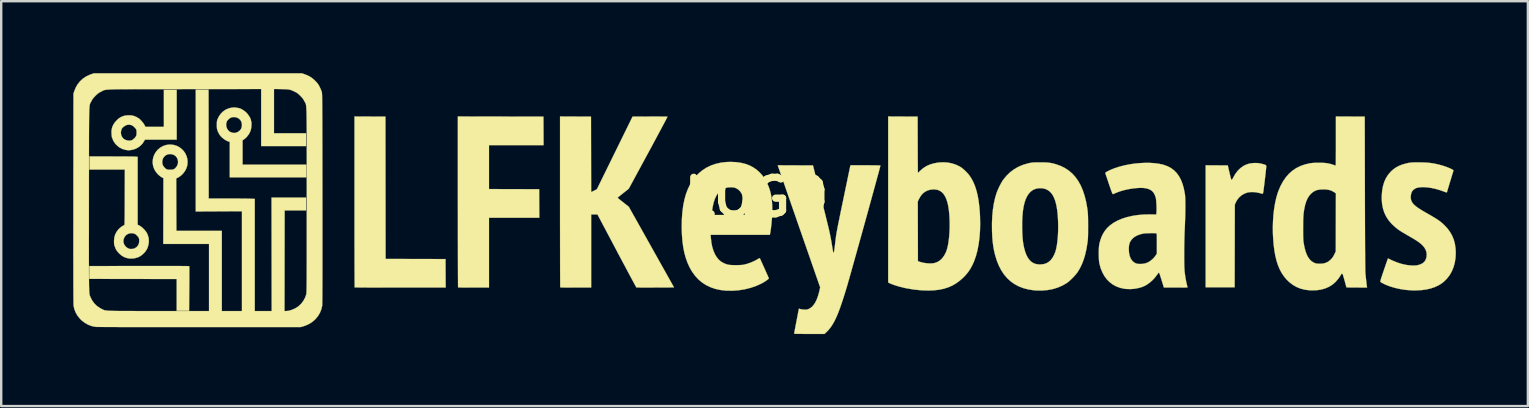
<source format=kicad_pcb>
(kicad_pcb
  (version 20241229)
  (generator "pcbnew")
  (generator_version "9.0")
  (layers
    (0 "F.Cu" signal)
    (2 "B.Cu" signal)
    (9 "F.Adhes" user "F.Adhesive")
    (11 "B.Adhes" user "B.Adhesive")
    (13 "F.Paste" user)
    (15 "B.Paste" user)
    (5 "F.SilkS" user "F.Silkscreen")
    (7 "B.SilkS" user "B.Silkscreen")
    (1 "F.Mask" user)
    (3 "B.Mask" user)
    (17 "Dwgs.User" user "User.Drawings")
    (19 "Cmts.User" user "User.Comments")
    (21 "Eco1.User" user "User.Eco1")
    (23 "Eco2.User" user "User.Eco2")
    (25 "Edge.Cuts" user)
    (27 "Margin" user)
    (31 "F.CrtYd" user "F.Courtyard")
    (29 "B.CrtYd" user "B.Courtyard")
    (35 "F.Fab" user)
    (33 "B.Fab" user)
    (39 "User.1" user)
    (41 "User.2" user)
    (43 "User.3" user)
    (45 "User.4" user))
  (footprint "LOGO"
    (layer "F.Cu")
    (at 28.466 5.17)
    (property "Reference" "LOGO" (at 0 0 0) (layer "F.SilkS") (effects (font (size 1.524 1.524) (thickness 0.3))))
    (attr through_hole)
    (fp_poly (pts (xy -24.854 2.862) (xy -24.661 2.862) (xy -24.481 2.862) (xy -24.315 2.862) (xy -24.163 2.863) (xy -24.028 2.863) (xy -23.91 2.864) (xy -23.811 2.865) (xy -23.733 2.866) (xy -23.676 2.867) (xy -23.642 2.868) (xy -23.632 2.868) (xy -23.631 2.882) (xy -23.629 2.92) (xy -23.628 2.978) (xy -23.628 3.057) (xy -23.628 3.152) (xy -23.627 3.263) (xy -23.628 3.387) (xy -23.628 3.522) (xy -23.629 3.666) (xy -23.63 3.802) (xy -23.638 4.727) (xy -24.155 4.727) (xy -24.155 3.405) (xy -25.975 3.402) (xy -27.795 3.399) (xy -27.795 2.865) (xy -25.718 2.862) (xy -25.491 2.862) (xy -25.27 2.862) (xy -25.057 2.862) (xy -24.854 2.862)) (stroke (width 0.01) (type solid)) (fill yes) (layer "F.SilkS"))
    (fp_poly (pts (xy -8.875 -3.361) (xy -8.869 -2.173) (xy -11.143 -2.173) (xy -11.143 -0.343) (xy -10.098 -0.34) (xy -9.053 -0.337) (xy -9.047 0.851) (xy -11.143 0.851) (xy -11.143 3.761) (xy -11.783 3.761) (xy -11.908 3.761) (xy -12.026 3.76) (xy -12.133 3.76) (xy -12.227 3.759) (xy -12.307 3.758) (xy -12.369 3.756) (xy -12.41 3.755) (xy -12.43 3.753) (xy -12.431 3.753) (xy -12.432 3.739) (xy -12.432 3.702) (xy -12.433 3.641) (xy -12.434 3.557) (xy -12.434 3.453) (xy -12.435 3.328) (xy -12.436 3.183) (xy -12.436 3.021) (xy -12.437 2.841) (xy -12.437 2.645) (xy -12.438 2.434) (xy -12.438 2.208) (xy -12.438 1.969) (xy -12.439 1.719) (xy -12.439 1.457) (xy -12.439 1.185) (xy -12.439 0.904) (xy -12.439 0.614) (xy -12.44 0.318) (xy -12.44 0.188) (xy -12.44 -3.367) (xy -8.875 -3.361)) (stroke (width 0.01) (type solid)) (fill yes) (layer "F.SilkS"))
    (fp_poly (pts (xy -16.102 -3.364) (xy -15.457 -3.361) (xy -15.454 -0.397) (xy -15.451 2.567) (xy -12.954 2.573) (xy -12.951 3.167) (xy -12.948 3.761) (xy -14.839 3.761) (xy -15.056 3.761) (xy -15.266 3.761) (xy -15.468 3.761) (xy -15.661 3.76) (xy -15.842 3.76) (xy -16.01 3.759) (xy -16.165 3.759) (xy -16.304 3.758) (xy -16.426 3.757) (xy -16.531 3.756) (xy -16.615 3.756) (xy -16.679 3.755) (xy -16.72 3.754) (xy -16.738 3.753) (xy -16.739 3.753) (xy -16.739 3.739) (xy -16.74 3.702) (xy -16.741 3.641) (xy -16.741 3.557) (xy -16.742 3.453) (xy -16.742 3.328) (xy -16.743 3.183) (xy -16.744 3.021) (xy -16.744 2.841) (xy -16.745 2.645) (xy -16.745 2.434) (xy -16.745 2.208) (xy -16.746 1.969) (xy -16.746 1.719) (xy -16.746 1.457) (xy -16.747 1.185) (xy -16.747 0.904) (xy -16.747 0.614) (xy -16.747 0.318) (xy -16.747 0.188) (xy -16.747 -3.367) (xy -16.102 -3.364)) (stroke (width 0.01) (type solid)) (fill yes) (layer "F.SilkS"))
    (fp_poly (pts (xy 20.892 -1.425) (xy 21.035 -1.402) (xy 21.172 -1.362) (xy 21.176 -1.361) (xy 21.214 -1.344) (xy 21.233 -1.328) (xy 21.241 -1.307) (xy 21.242 -1.301) (xy 21.241 -1.281) (xy 21.237 -1.238) (xy 21.231 -1.176) (xy 21.223 -1.097) (xy 21.213 -1.004) (xy 21.201 -0.899) (xy 21.187 -0.786) (xy 21.178 -0.705) (xy 21.162 -0.572) (xy 21.148 -0.461) (xy 21.137 -0.372) (xy 21.128 -0.301) (xy 21.12 -0.247) (xy 21.113 -0.207) (xy 21.107 -0.179) (xy 21.102 -0.162) (xy 21.096 -0.152) (xy 21.091 -0.148) (xy 21.086 -0.148) (xy 21.063 -0.152) (xy 21.023 -0.161) (xy 20.971 -0.174) (xy 20.934 -0.184) (xy 20.83 -0.205) (xy 20.719 -0.217) (xy 20.61 -0.218) (xy 20.51 -0.209) (xy 20.453 -0.198) (xy 20.324 -0.15) (xy 20.209 -0.082) (xy 20.109 0.005) (xy 20.027 0.109) (xy 19.963 0.229) (xy 19.96 0.237) (xy 19.93 0.311) (xy 19.927 2.03) (xy 19.923 3.748) (xy 18.716 3.748) (xy 18.716 -1.334) (xy 19.177 -1.331) (xy 19.637 -1.328) (xy 19.707 -1.026) (xy 19.731 -0.927) (xy 19.749 -0.851) (xy 19.765 -0.795) (xy 19.777 -0.756) (xy 19.786 -0.734) (xy 19.794 -0.725) (xy 19.797 -0.724) (xy 19.812 -0.735) (xy 19.834 -0.766) (xy 19.86 -0.813) (xy 19.863 -0.818) (xy 19.949 -0.971) (xy 20.048 -1.102) (xy 20.159 -1.211) (xy 20.284 -1.301) (xy 20.352 -1.339) (xy 20.471 -1.386) (xy 20.604 -1.416) (xy 20.746 -1.429) (xy 20.892 -1.425)) (stroke (width 0.01) (type solid)) (fill yes) (layer "F.SilkS"))
    (fp_poly (pts (xy -7.538 -3.364) (xy -6.893 -3.361) (xy -6.89 -1.789) (xy -6.887 -0.216) (xy -6.648 -0.335) (xy -5.905 -1.848) (xy -5.162 -3.361) (xy -4.44 -3.364) (xy -4.307 -3.365) (xy -4.181 -3.365) (xy -4.066 -3.364) (xy -3.962 -3.364) (xy -3.873 -3.363) (xy -3.801 -3.362) (xy -3.748 -3.361) (xy -3.717 -3.359) (xy -3.708 -3.358) (xy -3.713 -3.346) (xy -3.729 -3.312) (xy -3.756 -3.26) (xy -3.793 -3.188) (xy -3.84 -3.1) (xy -3.895 -2.996) (xy -3.958 -2.877) (xy -4.029 -2.745) (xy -4.106 -2.601) (xy -4.189 -2.447) (xy -4.277 -2.283) (xy -4.369 -2.111) (xy -4.466 -1.933) (xy -4.51 -1.852) (xy -5.321 -0.355) (xy -5.554 -0.171) (xy -5.62 -0.119) (xy -5.679 -0.072) (xy -5.727 -0.032) (xy -5.762 -0.002) (xy -5.782 0.016) (xy -5.785 0.02) (xy -5.775 0.029) (xy -5.748 0.053) (xy -5.706 0.087) (xy -5.653 0.13) (xy -5.591 0.179) (xy -5.55 0.211) (xy -5.318 0.395) (xy -4.376 2.075) (xy -3.434 3.755) (xy -4.211 3.758) (xy -4.349 3.759) (xy -4.48 3.759) (xy -4.601 3.759) (xy -4.711 3.759) (xy -4.806 3.759) (xy -4.885 3.758) (xy -4.945 3.758) (xy -4.984 3.757) (xy -5.001 3.756) (xy -5.001 3.756) (xy -5.009 3.744) (xy -5.027 3.711) (xy -5.057 3.659) (xy -5.095 3.587) (xy -5.143 3.499) (xy -5.2 3.394) (xy -5.264 3.275) (xy -5.335 3.143) (xy -5.412 2.998) (xy -5.495 2.842) (xy -5.583 2.678) (xy -5.675 2.504) (xy -5.771 2.325) (xy -5.82 2.231) (xy -6.625 0.712) (xy -6.887 0.712) (xy -6.887 3.761) (xy -7.526 3.761) (xy -7.652 3.761) (xy -7.769 3.76) (xy -7.876 3.76) (xy -7.971 3.759) (xy -8.05 3.758) (xy -8.112 3.756) (xy -8.154 3.755) (xy -8.173 3.753) (xy -8.174 3.753) (xy -8.175 3.739) (xy -8.176 3.702) (xy -8.177 3.641) (xy -8.177 3.557) (xy -8.178 3.453) (xy -8.178 3.328) (xy -8.179 3.183) (xy -8.18 3.021) (xy -8.18 2.841) (xy -8.181 2.645) (xy -8.181 2.434) (xy -8.181 2.208) (xy -8.182 1.969) (xy -8.182 1.719) (xy -8.182 1.457) (xy -8.183 1.185) (xy -8.183 0.904) (xy -8.183 0.614) (xy -8.183 0.318) (xy -8.183 0.188) (xy -8.183 -3.367) (xy -7.538 -3.364)) (stroke (width 0.01) (type solid)) (fill yes) (layer "F.SilkS"))
    (fp_poly (pts (xy -21.677 -3.736) (xy -21.631 -3.727) (xy -21.589 -3.72) (xy -21.571 -3.717) (xy -21.508 -3.699) (xy -21.436 -3.664) (xy -21.36 -3.617) (xy -21.289 -3.562) (xy -21.251 -3.527) (xy -21.198 -3.468) (xy -21.15 -3.401) (xy -21.108 -3.334) (xy -21.078 -3.271) (xy -21.063 -3.219) (xy -21.063 -3.214) (xy -21.056 -3.182) (xy -21.048 -3.164) (xy -21.044 -3.145) (xy -21.04 -3.106) (xy -21.038 -3.055) (xy -21.038 -3.019) (xy -21.05 -2.88) (xy -21.085 -2.752) (xy -21.143 -2.635) (xy -21.224 -2.528) (xy -21.252 -2.499) (xy -21.292 -2.461) (xy -21.334 -2.426) (xy -21.362 -2.405) (xy -21.41 -2.373) (xy -21.41 -1.36) (xy -18.755 -1.36) (xy -18.755 -0.832) (xy -20.349 -0.832) (xy -21.944 -0.831) (xy -21.944 -2.308) (xy -22.011 -2.329) (xy -22.076 -2.357) (xy -22.147 -2.399) (xy -22.218 -2.45) (xy -22.283 -2.507) (xy -22.337 -2.564) (xy -22.374 -2.617) (xy -22.38 -2.63) (xy -22.397 -2.66) (xy -22.411 -2.679) (xy -22.421 -2.698) (xy -22.42 -2.706) (xy -22.423 -2.72) (xy -22.426 -2.721) (xy -22.439 -2.736) (xy -22.443 -2.751) (xy -22.452 -2.781) (xy -22.466 -2.814) (xy -22.475 -2.851) (xy -22.481 -2.911) (xy -22.483 -2.996) (xy -22.483 -3.009) (xy -22.094 -3.009) (xy -22.082 -2.935) (xy -22.057 -2.864) (xy -22.019 -2.803) (xy -22.01 -2.793) (xy -21.959 -2.745) (xy -21.904 -2.713) (xy -21.836 -2.691) (xy -21.817 -2.687) (xy -21.75 -2.68) (xy -21.686 -2.69) (xy -21.615 -2.718) (xy -21.601 -2.726) (xy -21.53 -2.776) (xy -21.478 -2.842) (xy -21.446 -2.922) (xy -21.436 -3.015) (xy -21.447 -3.106) (xy -21.48 -3.186) (xy -21.532 -3.252) (xy -21.601 -3.302) (xy -21.684 -3.333) (xy -21.76 -3.343) (xy -21.837 -3.338) (xy -21.906 -3.315) (xy -21.971 -3.272) (xy -22.035 -3.206) (xy -22.042 -3.198) (xy -22.059 -3.176) (xy -22.065 -3.164) (xy -22.064 -3.164) (xy -22.064 -3.154) (xy -22.073 -3.135) (xy -22.092 -3.078) (xy -22.094 -3.009) (xy -22.483 -3.009) (xy -22.483 -3.011) (xy -22.482 -3.084) (xy -22.48 -3.138) (xy -22.474 -3.181) (xy -22.465 -3.218) (xy -22.455 -3.246) (xy -22.397 -3.369) (xy -22.32 -3.479) (xy -22.228 -3.572) (xy -22.122 -3.646) (xy -22.096 -3.659) (xy -21.989 -3.704) (xy -21.878 -3.732) (xy -21.771 -3.743) (xy -21.677 -3.736)) (stroke (width 0.01) (type solid)) (fill yes) (layer "F.SilkS"))
    (fp_poly (pts (xy 6.102 -3.364) (xy 6.715 -3.361) (xy 6.719 -2.189) (xy 6.719 -2.018) (xy 6.72 -1.856) (xy 6.72 -1.702) (xy 6.721 -1.56) (xy 6.722 -1.43) (xy 6.723 -1.314) (xy 6.723 -1.215) (xy 6.724 -1.134) (xy 6.725 -1.073) (xy 6.726 -1.033) (xy 6.726 -1.017) (xy 6.726 -1.017) (xy 6.737 -1.025) (xy 6.761 -1.047) (xy 6.795 -1.08) (xy 6.82 -1.104) (xy 6.943 -1.21) (xy 7.076 -1.296) (xy 7.222 -1.363) (xy 7.383 -1.412) (xy 7.562 -1.445) (xy 7.598 -1.449) (xy 7.784 -1.459) (xy 7.967 -1.447) (xy 8.144 -1.413) (xy 8.312 -1.358) (xy 8.468 -1.283) (xy 8.518 -1.252) (xy 8.575 -1.211) (xy 8.641 -1.156) (xy 8.71 -1.092) (xy 8.775 -1.026) (xy 8.832 -0.963) (xy 8.852 -0.938) (xy 8.947 -0.799) (xy 9.031 -0.645) (xy 9.103 -0.473) (xy 9.165 -0.284) (xy 9.216 -0.075) (xy 9.257 0.154) (xy 9.288 0.404) (xy 9.309 0.676) (xy 9.314 0.781) (xy 9.321 1.095) (xy 9.314 1.396) (xy 9.292 1.682) (xy 9.257 1.953) (xy 9.209 2.206) (xy 9.146 2.442) (xy 9.071 2.657) (xy 8.996 2.825) (xy 8.909 2.984) (xy 8.812 3.127) (xy 8.699 3.261) (xy 8.61 3.351) (xy 8.465 3.479) (xy 8.314 3.588) (xy 8.156 3.68) (xy 7.987 3.753) (xy 7.807 3.81) (xy 7.613 3.85) (xy 7.404 3.875) (xy 7.178 3.884) (xy 6.933 3.878) (xy 6.874 3.875) (xy 6.541 3.841) (xy 6.211 3.784) (xy 5.935 3.716) (xy 5.852 3.691) (xy 5.768 3.664) (xy 5.688 3.636) (xy 5.617 3.609) (xy 5.56 3.585) (xy 5.522 3.566) (xy 5.518 3.563) (xy 5.489 3.544) (xy 5.489 0.173) (xy 6.722 0.173) (xy 6.728 2.661) (xy 6.813 2.69) (xy 6.915 2.719) (xy 7.026 2.74) (xy 7.14 2.753) (xy 7.25 2.757) (xy 7.35 2.751) (xy 7.424 2.738) (xy 7.54 2.695) (xy 7.645 2.63) (xy 7.738 2.542) (xy 7.819 2.433) (xy 7.887 2.304) (xy 7.915 2.236) (xy 7.951 2.12) (xy 7.982 1.983) (xy 8.007 1.828) (xy 8.027 1.659) (xy 8.041 1.481) (xy 8.049 1.296) (xy 8.051 1.109) (xy 8.047 0.923) (xy 8.037 0.742) (xy 8.021 0.569) (xy 7.999 0.409) (xy 7.97 0.266) (xy 7.967 0.253) (xy 7.922 0.102) (xy 7.867 -0.025) (xy 7.802 -0.13) (xy 7.725 -0.213) (xy 7.638 -0.273) (xy 7.539 -0.312) (xy 7.429 -0.329) (xy 7.39 -0.33) (xy 7.254 -0.319) (xy 7.132 -0.285) (xy 7.022 -0.23) (xy 6.925 -0.153) (xy 6.843 -0.055) (xy 6.78 0.054) (xy 6.722 0.173) (xy 5.489 0.173) (xy 5.489 -3.367) (xy 6.102 -3.364)) (stroke (width 0.01) (type solid)) (fill yes) (layer "F.SilkS"))
    (fp_poly (pts (xy -24.155 -2.402) (xy -25.477 -2.402) (xy -25.501 -2.36) (xy -25.521 -2.329) (xy -25.537 -2.306) (xy -25.539 -2.304) (xy -25.551 -2.285) (xy -25.552 -2.28) (xy -25.562 -2.26) (xy -25.586 -2.23) (xy -25.622 -2.192) (xy -25.663 -2.153) (xy -25.706 -2.117) (xy -25.74 -2.092) (xy -25.847 -2.03) (xy -25.96 -1.989) (xy -26.057 -1.97) (xy -26.107 -1.963) (xy -26.142 -1.96) (xy -26.173 -1.96) (xy -26.21 -1.964) (xy -26.246 -1.969) (xy -26.292 -1.978) (xy -26.343 -1.991) (xy -26.393 -2.007) (xy -26.437 -2.022) (xy -26.468 -2.036) (xy -26.48 -2.046) (xy -26.48 -2.047) (xy -26.489 -2.056) (xy -26.492 -2.055) (xy -26.512 -2.061) (xy -26.546 -2.081) (xy -26.586 -2.112) (xy -26.63 -2.149) (xy -26.673 -2.19) (xy -26.709 -2.228) (xy -26.736 -2.261) (xy -26.747 -2.284) (xy -26.747 -2.286) (xy -26.754 -2.299) (xy -26.757 -2.3) (xy -26.767 -2.31) (xy -26.783 -2.335) (xy -26.799 -2.367) (xy -26.814 -2.4) (xy -26.823 -2.424) (xy -26.823 -2.433) (xy -26.825 -2.443) (xy -26.833 -2.455) (xy -26.846 -2.478) (xy -26.856 -2.513) (xy -26.863 -2.565) (xy -26.868 -2.636) (xy -26.87 -2.676) (xy -26.869 -2.732) (xy -26.479 -2.732) (xy -26.477 -2.65) (xy -26.462 -2.581) (xy -26.422 -2.5) (xy -26.365 -2.436) (xy -26.291 -2.392) (xy -26.202 -2.367) (xy -26.176 -2.364) (xy -26.13 -2.361) (xy -26.092 -2.362) (xy -26.072 -2.366) (xy -26.052 -2.371) (xy -26.046 -2.37) (xy -26.032 -2.372) (xy -26.004 -2.388) (xy -25.97 -2.414) (xy -25.933 -2.446) (xy -25.898 -2.479) (xy -25.871 -2.511) (xy -25.864 -2.521) (xy -25.844 -2.558) (xy -25.832 -2.59) (xy -25.827 -2.628) (xy -25.826 -2.68) (xy -25.826 -2.741) (xy -25.829 -2.783) (xy -25.837 -2.816) (xy -25.852 -2.844) (xy -25.877 -2.877) (xy -25.904 -2.907) (xy -25.972 -2.97) (xy -26.049 -3.01) (xy -26.129 -3.026) (xy -26.212 -3.019) (xy -26.293 -2.989) (xy -26.369 -2.936) (xy -26.401 -2.905) (xy -26.429 -2.875) (xy -26.446 -2.854) (xy -26.45 -2.846) (xy -26.45 -2.836) (xy -26.458 -2.811) (xy -26.46 -2.805) (xy -26.479 -2.732) (xy -26.869 -2.732) (xy -26.867 -2.8) (xy -26.844 -2.913) (xy -26.799 -3.019) (xy -26.732 -3.12) (xy -26.656 -3.205) (xy -26.615 -3.245) (xy -26.578 -3.278) (xy -26.551 -3.298) (xy -26.539 -3.304) (xy -26.521 -3.309) (xy -26.518 -3.315) (xy -26.508 -3.325) (xy -26.484 -3.34) (xy -26.455 -3.353) (xy -26.431 -3.361) (xy -26.429 -3.361) (xy -26.414 -3.367) (xy -26.397 -3.376) (xy -26.349 -3.394) (xy -26.283 -3.407) (xy -26.207 -3.415) (xy -26.127 -3.417) (xy -26.051 -3.413) (xy -25.997 -3.405) (xy -25.955 -3.393) (xy -25.907 -3.377) (xy -25.86 -3.359) (xy -25.819 -3.34) (xy -25.791 -3.325) (xy -25.781 -3.315) (xy -25.771 -3.305) (xy -25.761 -3.304) (xy -25.74 -3.294) (xy -25.707 -3.268) (xy -25.667 -3.23) (xy -25.624 -3.184) (xy -25.581 -3.134) (xy -25.542 -3.085) (xy -25.512 -3.04) (xy -25.501 -3.021) (xy -25.457 -2.935) (xy -24.688 -2.935) (xy -24.688 -4.473) (xy -24.155 -4.473) (xy -24.155 -2.402)) (stroke (width 0.01) (type solid)) (fill yes) (layer "F.SilkS"))
    (fp_poly (pts (xy -26.89 -1.703) (xy -26.738 -1.702) (xy -26.591 -1.702) (xy -26.451 -1.702) (xy -26.322 -1.701) (xy -26.204 -1.7) (xy -26.101 -1.699) (xy -26.015 -1.698) (xy -25.948 -1.697) (xy -25.903 -1.695) (xy -25.886 -1.694) (xy -25.781 -1.686) (xy -25.781 1.141) (xy -25.708 1.177) (xy -25.645 1.216) (xy -25.578 1.272) (xy -25.511 1.338) (xy -25.451 1.407) (xy -25.405 1.475) (xy -25.391 1.501) (xy -25.37 1.547) (xy -25.354 1.588) (xy -25.346 1.615) (xy -25.346 1.615) (xy -25.34 1.644) (xy -25.334 1.658) (xy -25.326 1.686) (xy -25.319 1.731) (xy -25.316 1.788) (xy -25.316 1.848) (xy -25.32 1.905) (xy -25.323 1.93) (xy -25.337 1.997) (xy -25.357 2.066) (xy -25.381 2.13) (xy -25.407 2.181) (xy -25.426 2.209) (xy -25.444 2.231) (xy -25.451 2.246) (xy -25.46 2.262) (xy -25.483 2.289) (xy -25.516 2.323) (xy -25.555 2.36) (xy -25.593 2.394) (xy -25.627 2.421) (xy -25.634 2.426) (xy -25.693 2.464) (xy -25.746 2.492) (xy -25.787 2.507) (xy -25.79 2.508) (xy -25.821 2.516) (xy -25.832 2.52) (xy -25.892 2.537) (xy -25.967 2.548) (xy -26.05 2.552) (xy -26.13 2.548) (xy -26.181 2.541) (xy -26.225 2.53) (xy -26.266 2.518) (xy -26.27 2.516) (xy -26.298 2.506) (xy -26.312 2.503) (xy -26.312 2.503) (xy -26.324 2.498) (xy -26.352 2.484) (xy -26.391 2.464) (xy -26.394 2.462) (xy -26.465 2.416) (xy -26.538 2.353) (xy -26.606 2.281) (xy -26.661 2.208) (xy -26.681 2.175) (xy -26.7 2.137) (xy -26.712 2.109) (xy -26.715 2.097) (xy -26.714 2.097) (xy -26.713 2.089) (xy -26.72 2.08) (xy -26.734 2.053) (xy -26.738 2.038) (xy -26.748 2.006) (xy -26.754 1.989) (xy -26.759 1.966) (xy -26.763 1.924) (xy -26.765 1.87) (xy -26.766 1.83) (xy -26.766 1.826) (xy -26.376 1.826) (xy -26.367 1.901) (xy -26.333 1.982) (xy -26.279 2.053) (xy -26.211 2.109) (xy -26.132 2.145) (xy -26.12 2.149) (xy -26.063 2.155) (xy -25.997 2.15) (xy -25.933 2.137) (xy -25.896 2.122) (xy -25.821 2.071) (xy -25.764 2.004) (xy -25.728 1.924) (xy -25.715 1.836) (xy -25.715 1.823) (xy -25.717 1.771) (xy -25.72 1.736) (xy -25.728 1.709) (xy -25.74 1.682) (xy -25.746 1.671) (xy -25.772 1.634) (xy -25.809 1.593) (xy -25.851 1.555) (xy -25.887 1.528) (xy -25.891 1.527) (xy -25.97 1.5) (xy -26.056 1.494) (xy -26.143 1.51) (xy -26.225 1.547) (xy -26.23 1.55) (xy -26.288 1.601) (xy -26.334 1.668) (xy -26.364 1.746) (xy -26.376 1.826) (xy -26.766 1.826) (xy -26.755 1.69) (xy -26.722 1.563) (xy -26.666 1.448) (xy -26.588 1.343) (xy -26.554 1.308) (xy -26.511 1.269) (xy -26.462 1.231) (xy -26.414 1.198) (xy -26.373 1.174) (xy -26.345 1.164) (xy -26.341 1.162) (xy -26.337 1.159) (xy -26.334 1.151) (xy -26.331 1.137) (xy -26.329 1.117) (xy -26.327 1.088) (xy -26.325 1.049) (xy -26.324 0.998) (xy -26.323 0.934) (xy -26.322 0.855) (xy -26.321 0.76) (xy -26.32 0.647) (xy -26.32 0.515) (xy -26.319 0.362) (xy -26.318 0.186) (xy -26.318 0.002) (xy -26.315 -1.156) (xy -27.789 -1.156) (xy -27.789 -1.703) (xy -26.89 -1.703)) (stroke (width 0.01) (type solid)) (fill yes) (layer "F.SilkS"))
    (fp_poly (pts (xy -0.858 -1.466) (xy -0.651 -1.438) (xy -0.46 -1.391) (xy -0.284 -1.326) (xy -0.123 -1.24) (xy 0.024 -1.135) (xy 0.13 -1.039) (xy 0.216 -0.947) (xy 0.289 -0.856) (xy 0.354 -0.757) (xy 0.417 -0.643) (xy 0.433 -0.611) (xy 0.5 -0.464) (xy 0.554 -0.314) (xy 0.596 -0.159) (xy 0.627 0.004) (xy 0.647 0.18) (xy 0.657 0.372) (xy 0.658 0.584) (xy 0.657 0.641) (xy 0.652 0.772) (xy 0.642 0.913) (xy 0.63 1.058) (xy 0.615 1.2) (xy 0.598 1.334) (xy 0.58 1.454) (xy 0.565 1.534) (xy 0.559 1.563) (xy -1.909 1.563) (xy -1.9 1.687) (xy -1.878 1.882) (xy -1.843 2.062) (xy -1.793 2.224) (xy -1.731 2.368) (xy -1.657 2.492) (xy -1.571 2.597) (xy -1.474 2.68) (xy -1.403 2.722) (xy -1.331 2.757) (xy -1.265 2.784) (xy -1.198 2.803) (xy -1.125 2.816) (xy -1.041 2.823) (xy -0.94 2.827) (xy -0.87 2.827) (xy -0.757 2.826) (xy -0.661 2.822) (xy -0.585 2.816) (xy -0.54 2.81) (xy -0.409 2.777) (xy -0.272 2.732) (xy -0.137 2.677) (xy -0.013 2.615) (xy 0.056 2.574) (xy 0.094 2.552) (xy 0.124 2.539) (xy 0.14 2.537) (xy 0.14 2.537) (xy 0.146 2.55) (xy 0.162 2.583) (xy 0.185 2.632) (xy 0.213 2.696) (xy 0.247 2.77) (xy 0.283 2.851) (xy 0.322 2.936) (xy 0.361 3.022) (xy 0.398 3.106) (xy 0.433 3.185) (xy 0.464 3.255) (xy 0.49 3.313) (xy 0.509 3.357) (xy 0.517 3.375) (xy 0.51 3.39) (xy 0.485 3.415) (xy 0.444 3.446) (xy 0.393 3.482) (xy 0.334 3.521) (xy 0.271 3.558) (xy 0.208 3.593) (xy 0.204 3.595) (xy -0.012 3.693) (xy -0.243 3.772) (xy -0.485 3.832) (xy -0.733 3.873) (xy -0.984 3.892) (xy -1.233 3.891) (xy -1.289 3.887) (xy -1.514 3.86) (xy -1.726 3.812) (xy -1.923 3.743) (xy -2.106 3.653) (xy -2.274 3.543) (xy -2.427 3.412) (xy -2.565 3.26) (xy -2.688 3.089) (xy -2.789 2.911) (xy -2.874 2.721) (xy -2.946 2.52) (xy -3.005 2.305) (xy -3.05 2.075) (xy -3.083 1.828) (xy -3.104 1.563) (xy -3.113 1.276) (xy -3.113 1.201) (xy -3.106 0.892) (xy -3.094 0.737) (xy -1.87 0.737) (xy -0.483 0.737) (xy -0.483 0.556) (xy -0.486 0.4) (xy -0.497 0.264) (xy -0.516 0.144) (xy -0.541 0.041) (xy -0.585 -0.084) (xy -0.636 -0.186) (xy -0.698 -0.269) (xy -0.771 -0.333) (xy -0.836 -0.371) (xy -0.882 -0.392) (xy -0.922 -0.405) (xy -0.968 -0.412) (xy -1.027 -0.417) (xy -1.037 -0.417) (xy -1.174 -0.413) (xy -1.298 -0.388) (xy -1.408 -0.342) (xy -1.506 -0.275) (xy -1.591 -0.185) (xy -1.633 -0.127) (xy -1.691 -0.026) (xy -1.741 0.087) (xy -1.782 0.215) (xy -1.816 0.359) (xy -1.844 0.524) (xy -1.862 0.664) (xy -1.87 0.737) (xy -3.094 0.737) (xy -3.084 0.603) (xy -3.049 0.335) (xy -2.998 0.086) (xy -2.933 -0.143) (xy -2.853 -0.353) (xy -2.759 -0.544) (xy -2.684 -0.667) (xy -2.555 -0.84) (xy -2.411 -0.993) (xy -2.253 -1.125) (xy -2.08 -1.236) (xy -1.894 -1.326) (xy -1.693 -1.395) (xy -1.479 -1.443) (xy -1.252 -1.469) (xy -1.081 -1.475) (xy -0.858 -1.466)) (stroke (width 0.01) (type solid)) (fill yes) (layer "F.SilkS"))
    (fp_poly (pts (xy 11.938 -1.454) (xy 12.038 -1.452) (xy 12.124 -1.447) (xy 12.2 -1.439) (xy 12.271 -1.428) (xy 12.343 -1.413) (xy 12.421 -1.393) (xy 12.471 -1.378) (xy 12.664 -1.311) (xy 12.841 -1.225) (xy 13.003 -1.12) (xy 13.15 -0.996) (xy 13.283 -0.852) (xy 13.401 -0.687) (xy 13.505 -0.503) (xy 13.594 -0.298) (xy 13.67 -0.072) (xy 13.732 0.175) (xy 13.781 0.443) (xy 13.795 0.547) (xy 13.801 0.6) (xy 13.806 0.657) (xy 13.81 0.72) (xy 13.813 0.793) (xy 13.815 0.879) (xy 13.817 0.982) (xy 13.817 1.104) (xy 13.818 1.207) (xy 13.817 1.337) (xy 13.817 1.444) (xy 13.816 1.534) (xy 13.814 1.609) (xy 13.812 1.672) (xy 13.809 1.729) (xy 13.804 1.781) (xy 13.798 1.834) (xy 13.791 1.889) (xy 13.789 1.906) (xy 13.748 2.156) (xy 13.696 2.386) (xy 13.633 2.596) (xy 13.558 2.79) (xy 13.47 2.969) (xy 13.383 3.113) (xy 13.336 3.177) (xy 13.274 3.25) (xy 13.203 3.328) (xy 13.126 3.404) (xy 13.051 3.475) (xy 12.981 3.534) (xy 12.927 3.573) (xy 12.748 3.677) (xy 12.555 3.76) (xy 12.349 3.823) (xy 12.133 3.864) (xy 11.908 3.884) (xy 11.677 3.883) (xy 11.567 3.875) (xy 11.343 3.842) (xy 11.134 3.789) (xy 10.941 3.716) (xy 10.763 3.623) (xy 10.6 3.509) (xy 10.452 3.375) (xy 10.32 3.221) (xy 10.203 3.046) (xy 10.101 2.851) (xy 10.014 2.636) (xy 9.942 2.4) (xy 9.936 2.376) (xy 9.899 2.215) (xy 9.869 2.051) (xy 9.846 1.879) (xy 9.829 1.694) (xy 9.818 1.491) (xy 9.814 1.366) (xy 9.813 1.067) (xy 9.814 1.038) (xy 11.07 1.038) (xy 11.07 1.296) (xy 11.071 1.34) (xy 11.076 1.498) (xy 11.083 1.636) (xy 11.094 1.759) (xy 11.107 1.872) (xy 11.125 1.981) (xy 11.145 2.08) (xy 11.189 2.249) (xy 11.243 2.396) (xy 11.307 2.519) (xy 11.382 2.62) (xy 11.468 2.698) (xy 11.565 2.754) (xy 11.673 2.787) (xy 11.793 2.799) (xy 11.925 2.79) (xy 11.974 2.782) (xy 12.078 2.749) (xy 12.174 2.693) (xy 12.261 2.615) (xy 12.337 2.517) (xy 12.402 2.4) (xy 12.456 2.265) (xy 12.492 2.131) (xy 12.521 1.971) (xy 12.544 1.791) (xy 12.56 1.595) (xy 12.57 1.389) (xy 12.572 1.176) (xy 12.566 0.966) (xy 12.552 0.737) (xy 12.53 0.532) (xy 12.5 0.35) (xy 12.461 0.19) (xy 12.413 0.052) (xy 12.357 -0.067) (xy 12.291 -0.165) (xy 12.215 -0.244) (xy 12.129 -0.305) (xy 12.032 -0.348) (xy 11.988 -0.362) (xy 11.876 -0.38) (xy 11.76 -0.378) (xy 11.647 -0.357) (xy 11.545 -0.318) (xy 11.514 -0.301) (xy 11.423 -0.235) (xy 11.344 -0.148) (xy 11.275 -0.042) (xy 11.216 0.084) (xy 11.167 0.231) (xy 11.128 0.4) (xy 11.099 0.59) (xy 11.08 0.803) (xy 11.07 1.038) (xy 9.814 1.038) (xy 9.826 0.781) (xy 9.852 0.508) (xy 9.893 0.251) (xy 9.947 0.013) (xy 9.996 -0.152) (xy 10.029 -0.245) (xy 10.073 -0.347) (xy 10.122 -0.452) (xy 10.175 -0.554) (xy 10.227 -0.646) (xy 10.276 -0.722) (xy 10.291 -0.743) (xy 10.428 -0.908) (xy 10.577 -1.05) (xy 10.738 -1.17) (xy 10.913 -1.27) (xy 11.103 -1.351) (xy 11.31 -1.412) (xy 11.37 -1.426) (xy 11.416 -1.435) (xy 11.459 -1.442) (xy 11.503 -1.448) (xy 11.553 -1.451) (xy 11.614 -1.453) (xy 11.689 -1.454) (xy 11.784 -1.455) (xy 11.817 -1.455) (xy 11.938 -1.454)) (stroke (width 0.01) (type solid)) (fill yes) (layer "F.SilkS"))
    (fp_poly (pts (xy 25.343 -3.361) (xy 25.35 -0.165) (xy 25.351 0.211) (xy 25.352 0.562) (xy 25.353 0.889) (xy 25.354 1.192) (xy 25.355 1.472) (xy 25.356 1.728) (xy 25.357 1.962) (xy 25.358 2.174) (xy 25.36 2.364) (xy 25.361 2.533) (xy 25.362 2.681) (xy 25.364 2.81) (xy 25.365 2.918) (xy 25.366 3.008) (xy 25.368 3.079) (xy 25.37 3.131) (xy 25.371 3.166) (xy 25.372 3.177) (xy 25.382 3.272) (xy 25.392 3.368) (xy 25.402 3.46) (xy 25.412 3.545) (xy 25.42 3.618) (xy 25.427 3.676) (xy 25.433 3.713) (xy 25.434 3.72) (xy 25.441 3.761) (xy 25.012 3.758) (xy 24.582 3.755) (xy 24.504 3.469) (xy 24.478 3.375) (xy 24.457 3.304) (xy 24.441 3.252) (xy 24.428 3.216) (xy 24.417 3.194) (xy 24.408 3.182) (xy 24.401 3.179) (xy 24.382 3.185) (xy 24.36 3.21) (xy 24.345 3.236) (xy 24.323 3.275) (xy 24.29 3.325) (xy 24.254 3.377) (xy 24.243 3.392) (xy 24.13 3.524) (xy 24.003 3.635) (xy 23.861 3.725) (xy 23.704 3.794) (xy 23.533 3.843) (xy 23.348 3.871) (xy 23.148 3.878) (xy 23.043 3.874) (xy 22.85 3.85) (xy 22.671 3.805) (xy 22.504 3.738) (xy 22.348 3.649) (xy 22.202 3.536) (xy 22.084 3.423) (xy 21.978 3.295) (xy 21.883 3.154) (xy 21.8 2.999) (xy 21.728 2.827) (xy 21.667 2.637) (xy 21.617 2.43) (xy 21.577 2.202) (xy 21.547 1.955) (xy 21.526 1.685) (xy 21.517 1.499) (xy 21.515 1.296) (xy 22.776 1.296) (xy 22.776 1.426) (xy 22.777 1.533) (xy 22.778 1.622) (xy 22.78 1.695) (xy 22.783 1.756) (xy 22.787 1.808) (xy 22.792 1.854) (xy 22.798 1.898) (xy 22.799 1.903) (xy 22.833 2.085) (xy 22.875 2.244) (xy 22.924 2.38) (xy 22.982 2.494) (xy 23.05 2.588) (xy 23.126 2.662) (xy 23.214 2.718) (xy 23.297 2.752) (xy 23.345 2.762) (xy 23.409 2.767) (xy 23.482 2.768) (xy 23.554 2.765) (xy 23.619 2.758) (xy 23.647 2.752) (xy 23.74 2.723) (xy 23.822 2.68) (xy 23.899 2.62) (xy 23.93 2.591) (xy 23.977 2.54) (xy 24.015 2.491) (xy 24.049 2.433) (xy 24.076 2.38) (xy 24.136 2.255) (xy 24.139 1.046) (xy 24.142 -0.164) (xy 24.085 -0.203) (xy 24.002 -0.253) (xy 23.918 -0.29) (xy 23.826 -0.313) (xy 23.72 -0.327) (xy 23.602 -0.33) (xy 23.471 -0.323) (xy 23.358 -0.302) (xy 23.26 -0.264) (xy 23.171 -0.208) (xy 23.09 -0.134) (xy 23.089 -0.133) (xy 23.016 -0.044) (xy 22.955 0.057) (xy 22.905 0.174) (xy 22.863 0.308) (xy 22.835 0.432) (xy 22.82 0.512) (xy 22.808 0.586) (xy 22.798 0.659) (xy 22.79 0.734) (xy 22.785 0.815) (xy 22.781 0.906) (xy 22.778 1.011) (xy 22.777 1.133) (xy 22.776 1.276) (xy 22.776 1.296) (xy 21.515 1.296) (xy 21.514 1.241) (xy 21.522 0.985) (xy 21.539 0.735) (xy 21.567 0.493) (xy 21.605 0.263) (xy 21.651 0.048) (xy 21.707 -0.148) (xy 21.746 -0.262) (xy 21.837 -0.474) (xy 21.94 -0.664) (xy 22.056 -0.833) (xy 22.185 -0.981) (xy 22.329 -1.107) (xy 22.486 -1.214) (xy 22.659 -1.3) (xy 22.846 -1.367) (xy 23.05 -1.415) (xy 23.075 -1.419) (xy 23.167 -1.43) (xy 23.283 -1.437) (xy 23.425 -1.439) (xy 23.431 -1.439) (xy 23.566 -1.437) (xy 23.683 -1.43) (xy 23.787 -1.418) (xy 23.883 -1.398) (xy 23.978 -1.372) (xy 24.017 -1.359) (xy 24.066 -1.342) (xy 24.105 -1.33) (xy 24.13 -1.322) (xy 24.134 -1.321) (xy 24.135 -1.334) (xy 24.136 -1.37) (xy 24.138 -1.427) (xy 24.139 -1.505) (xy 24.14 -1.6) (xy 24.14 -1.711) (xy 24.141 -1.836) (xy 24.142 -1.973) (xy 24.142 -2.12) (xy 24.142 -2.276) (xy 24.142 -2.344) (xy 24.142 -3.367) (xy 25.343 -3.361)) (stroke (width 0.01) (type solid)) (fill yes) (layer "F.SilkS"))
    (fp_poly (pts (xy 2.355 -1.328) (xy 2.709 0.083) (xy 2.764 0.303) (xy 2.813 0.501) (xy 2.857 0.677) (xy 2.896 0.834) (xy 2.93 0.973) (xy 2.961 1.097) (xy 2.987 1.206) (xy 3.01 1.303) (xy 3.03 1.389) (xy 3.047 1.465) (xy 3.062 1.535) (xy 3.075 1.599) (xy 3.087 1.659) (xy 3.098 1.717) (xy 3.109 1.775) (xy 3.119 1.834) (xy 3.126 1.874) (xy 3.145 1.99) (xy 3.161 2.084) (xy 3.173 2.158) (xy 3.183 2.213) (xy 3.191 2.254) (xy 3.197 2.282) (xy 3.202 2.299) (xy 3.206 2.308) (xy 3.211 2.312) (xy 3.215 2.313) (xy 3.218 2.313) (xy 3.224 2.304) (xy 3.231 2.277) (xy 3.239 2.23) (xy 3.249 2.163) (xy 3.261 2.074) (xy 3.274 1.961) (xy 3.281 1.903) (xy 3.289 1.837) (xy 3.296 1.777) (xy 3.303 1.721) (xy 3.31 1.666) (xy 3.317 1.612) (xy 3.326 1.556) (xy 3.336 1.496) (xy 3.347 1.431) (xy 3.361 1.358) (xy 3.376 1.276) (xy 3.394 1.184) (xy 3.415 1.078) (xy 3.44 0.958) (xy 3.468 0.821) (xy 3.499 0.667) (xy 3.536 0.491) (xy 3.576 0.294) (xy 3.602 0.172) (xy 3.64 -0.01) (xy 3.676 -0.185) (xy 3.711 -0.354) (xy 3.744 -0.513) (xy 3.775 -0.661) (xy 3.803 -0.796) (xy 3.828 -0.917) (xy 3.85 -1.022) (xy 3.868 -1.109) (xy 3.882 -1.176) (xy 3.892 -1.221) (xy 3.896 -1.242) (xy 3.916 -1.334) (xy 4.537 -1.334) (xy 4.665 -1.334) (xy 4.784 -1.333) (xy 4.89 -1.332) (xy 4.982 -1.331) (xy 5.058 -1.329) (xy 5.115 -1.327) (xy 5.151 -1.325) (xy 5.164 -1.323) (xy 5.162 -1.31) (xy 5.153 -1.273) (xy 5.138 -1.215) (xy 5.117 -1.137) (xy 5.091 -1.039) (xy 5.06 -0.925) (xy 5.024 -0.794) (xy 4.984 -0.648) (xy 4.941 -0.489) (xy 4.894 -0.318) (xy 4.844 -0.136) (xy 4.792 0.054) (xy 4.737 0.253) (xy 4.681 0.458) (xy 4.623 0.668) (xy 4.564 0.882) (xy 4.504 1.098) (xy 4.444 1.314) (xy 4.384 1.531) (xy 4.324 1.745) (xy 4.266 1.956) (xy 4.208 2.162) (xy 4.152 2.362) (xy 4.098 2.555) (xy 4.047 2.739) (xy 3.998 2.912) (xy 3.953 3.074) (xy 3.911 3.223) (xy 3.873 3.358) (xy 3.839 3.476) (xy 3.81 3.578) (xy 3.786 3.661) (xy 3.768 3.723) (xy 3.767 3.727) (xy 3.691 3.976) (xy 3.62 4.202) (xy 3.553 4.406) (xy 3.489 4.59) (xy 3.428 4.755) (xy 3.369 4.903) (xy 3.31 5.035) (xy 3.253 5.153) (xy 3.194 5.259) (xy 3.135 5.354) (xy 3.075 5.439) (xy 3.012 5.517) (xy 2.945 5.588) (xy 2.906 5.626) (xy 2.835 5.692) (xy 2.206 5.692) (xy 2.082 5.692) (xy 1.966 5.692) (xy 1.86 5.691) (xy 1.767 5.69) (xy 1.69 5.688) (xy 1.63 5.687) (xy 1.59 5.685) (xy 1.572 5.683) (xy 1.572 5.683) (xy 1.573 5.669) (xy 1.579 5.634) (xy 1.589 5.58) (xy 1.601 5.511) (xy 1.617 5.43) (xy 1.634 5.34) (xy 1.652 5.244) (xy 1.671 5.145) (xy 1.69 5.047) (xy 1.708 4.952) (xy 1.725 4.865) (xy 1.74 4.787) (xy 1.753 4.723) (xy 1.763 4.675) (xy 1.769 4.648) (xy 1.771 4.641) (xy 1.784 4.643) (xy 1.813 4.651) (xy 1.837 4.659) (xy 1.88 4.668) (xy 1.938 4.676) (xy 1.998 4.68) (xy 2.009 4.68) (xy 2.065 4.68) (xy 2.107 4.676) (xy 2.143 4.666) (xy 2.183 4.649) (xy 2.202 4.64) (xy 2.29 4.583) (xy 2.37 4.501) (xy 2.443 4.396) (xy 2.508 4.267) (xy 2.565 4.114) (xy 2.614 3.938) (xy 2.623 3.899) (xy 2.655 3.753) (xy 1.78 1.238) (xy 1.695 0.994) (xy 1.613 0.756) (xy 1.532 0.525) (xy 1.455 0.303) (xy 1.381 0.09) (xy 1.311 -0.112) (xy 1.245 -0.302) (xy 1.183 -0.48) (xy 1.127 -0.643) (xy 1.075 -0.791) (xy 1.029 -0.922) (xy 0.99 -1.036) (xy 0.957 -1.132) (xy 0.93 -1.208) (xy 0.911 -1.263) (xy 0.9 -1.296) (xy 0.897 -1.306) (xy 0.888 -1.334) (xy 2.355 -1.328)) (stroke (width 0.01) (type solid)) (fill yes) (layer "F.SilkS"))
    (fp_poly (pts (xy 27.761 -1.452) (xy 27.912 -1.446) (xy 28.051 -1.433) (xy 28.183 -1.415) (xy 28.316 -1.389) (xy 28.456 -1.356) (xy 28.538 -1.334) (xy 28.624 -1.308) (xy 28.709 -1.279) (xy 28.791 -1.249) (xy 28.867 -1.218) (xy 28.933 -1.189) (xy 28.986 -1.161) (xy 29.023 -1.138) (xy 29.04 -1.121) (xy 29.041 -1.115) (xy 29.034 -1.094) (xy 29.021 -1.053) (xy 29.004 -0.996) (xy 28.982 -0.926) (xy 28.958 -0.845) (xy 28.932 -0.758) (xy 28.904 -0.667) (xy 28.877 -0.577) (xy 28.85 -0.489) (xy 28.826 -0.408) (xy 28.804 -0.336) (xy 28.787 -0.278) (xy 28.774 -0.236) (xy 28.768 -0.213) (xy 28.767 -0.21) (xy 28.76 -0.204) (xy 28.737 -0.207) (xy 28.695 -0.22) (xy 28.635 -0.242) (xy 28.463 -0.302) (xy 28.292 -0.351) (xy 28.126 -0.387) (xy 27.968 -0.412) (xy 27.819 -0.423) (xy 27.684 -0.421) (xy 27.565 -0.405) (xy 27.495 -0.387) (xy 27.433 -0.357) (xy 27.374 -0.313) (xy 27.326 -0.261) (xy 27.307 -0.231) (xy 27.28 -0.158) (xy 27.263 -0.074) (xy 27.259 0.008) (xy 27.261 0.037) (xy 27.271 0.095) (xy 27.289 0.151) (xy 27.315 0.203) (xy 27.351 0.256) (xy 27.399 0.308) (xy 27.461 0.363) (xy 27.538 0.422) (xy 27.632 0.485) (xy 27.744 0.555) (xy 27.876 0.633) (xy 28.008 0.708) (xy 28.137 0.782) (xy 28.247 0.847) (xy 28.341 0.906) (xy 28.423 0.961) (xy 28.495 1.014) (xy 28.561 1.068) (xy 28.625 1.125) (xy 28.632 1.132) (xy 28.772 1.277) (xy 28.887 1.429) (xy 28.98 1.589) (xy 29.051 1.76) (xy 29.1 1.942) (xy 29.128 2.137) (xy 29.136 2.32) (xy 29.125 2.53) (xy 29.093 2.729) (xy 29.041 2.916) (xy 28.969 3.089) (xy 28.877 3.248) (xy 28.766 3.391) (xy 28.637 3.518) (xy 28.563 3.577) (xy 28.425 3.664) (xy 28.269 3.738) (xy 28.098 3.796) (xy 27.916 3.839) (xy 27.727 3.865) (xy 27.644 3.87) (xy 27.581 3.873) (xy 27.525 3.876) (xy 27.482 3.878) (xy 27.458 3.88) (xy 27.434 3.881) (xy 27.39 3.88) (xy 27.333 3.878) (xy 27.267 3.875) (xy 27.254 3.874) (xy 27.037 3.856) (xy 26.821 3.823) (xy 26.611 3.776) (xy 26.412 3.718) (xy 26.229 3.648) (xy 26.12 3.597) (xy 26.07 3.57) (xy 26.029 3.546) (xy 26.001 3.527) (xy 25.994 3.519) (xy 25.993 3.506) (xy 25.998 3.478) (xy 26.01 3.433) (xy 26.029 3.37) (xy 26.056 3.288) (xy 26.09 3.185) (xy 26.133 3.059) (xy 26.142 3.031) (xy 26.178 2.927) (xy 26.211 2.831) (xy 26.241 2.744) (xy 26.267 2.671) (xy 26.287 2.613) (xy 26.302 2.573) (xy 26.309 2.554) (xy 26.31 2.552) (xy 26.323 2.552) (xy 26.352 2.563) (xy 26.382 2.579) (xy 26.438 2.607) (xy 26.511 2.64) (xy 26.594 2.675) (xy 26.682 2.709) (xy 26.765 2.739) (xy 26.836 2.762) (xy 26.969 2.796) (xy 27.105 2.822) (xy 27.237 2.838) (xy 27.361 2.844) (xy 27.472 2.84) (xy 27.546 2.829) (xy 27.659 2.796) (xy 27.75 2.751) (xy 27.821 2.692) (xy 27.874 2.618) (xy 27.908 2.528) (xy 27.918 2.482) (xy 27.926 2.368) (xy 27.909 2.261) (xy 27.868 2.158) (xy 27.802 2.059) (xy 27.731 1.983) (xy 27.688 1.944) (xy 27.644 1.907) (xy 27.596 1.87) (xy 27.541 1.831) (xy 27.475 1.788) (xy 27.397 1.74) (xy 27.302 1.684) (xy 27.189 1.618) (xy 27.162 1.602) (xy 27.054 1.54) (xy 26.965 1.488) (xy 26.892 1.444) (xy 26.83 1.405) (xy 26.776 1.369) (xy 26.727 1.334) (xy 26.68 1.297) (xy 26.63 1.257) (xy 26.608 1.239) (xy 26.461 1.103) (xy 26.338 0.958) (xy 26.237 0.803) (xy 26.158 0.637) (xy 26.101 0.459) (xy 26.065 0.268) (xy 26.051 0.064) (xy 26.052 -0.064) (xy 26.069 -0.272) (xy 26.103 -0.462) (xy 26.155 -0.636) (xy 26.225 -0.793) (xy 26.313 -0.934) (xy 26.421 -1.061) (xy 26.434 -1.075) (xy 26.54 -1.169) (xy 26.653 -1.248) (xy 26.777 -1.313) (xy 26.916 -1.367) (xy 27.075 -1.412) (xy 27.141 -1.426) (xy 27.186 -1.435) (xy 27.229 -1.442) (xy 27.274 -1.447) (xy 27.325 -1.451) (xy 27.387 -1.453) (xy 27.465 -1.454) (xy 27.562 -1.455) (xy 27.592 -1.455) (xy 27.761 -1.452)) (stroke (width 0.01) (type solid)) (fill yes) (layer "F.SilkS"))
    (fp_poly (pts (xy 16.387 -1.434) (xy 16.585 -1.421) (xy 16.769 -1.397) (xy 16.936 -1.361) (xy 16.983 -1.347) (xy 17.138 -1.289) (xy 17.277 -1.214) (xy 17.401 -1.121) (xy 17.51 -1.01) (xy 17.604 -0.88) (xy 17.684 -0.73) (xy 17.751 -0.56) (xy 17.805 -0.37) (xy 17.846 -0.157) (xy 17.855 -0.102) (xy 17.86 -0.042) (xy 17.865 0.04) (xy 17.868 0.142) (xy 17.869 0.262) (xy 17.87 0.396) (xy 17.868 0.541) (xy 17.866 0.695) (xy 17.862 0.856) (xy 17.856 1.02) (xy 17.85 1.184) (xy 17.845 1.296) (xy 17.838 1.432) (xy 17.833 1.579) (xy 17.829 1.734) (xy 17.826 1.894) (xy 17.823 2.057) (xy 17.821 2.219) (xy 17.821 2.377) (xy 17.821 2.528) (xy 17.822 2.669) (xy 17.824 2.798) (xy 17.827 2.911) (xy 17.832 3.004) (xy 17.837 3.077) (xy 17.838 3.088) (xy 17.85 3.186) (xy 17.865 3.29) (xy 17.882 3.396) (xy 17.901 3.497) (xy 17.92 3.589) (xy 17.939 3.668) (xy 17.957 3.727) (xy 17.962 3.741) (xy 17.962 3.746) (xy 17.956 3.75) (xy 17.942 3.754) (xy 17.918 3.756) (xy 17.881 3.758) (xy 17.83 3.759) (xy 17.761 3.76) (xy 17.673 3.761) (xy 17.564 3.761) (xy 17.473 3.761) (xy 16.977 3.761) (xy 16.92 3.58) (xy 16.896 3.502) (xy 16.87 3.419) (xy 16.845 3.34) (xy 16.825 3.275) (xy 16.823 3.269) (xy 16.802 3.205) (xy 16.784 3.162) (xy 16.77 3.14) (xy 16.766 3.138) (xy 16.751 3.148) (xy 16.728 3.175) (xy 16.7 3.213) (xy 16.691 3.226) (xy 16.606 3.341) (xy 16.502 3.452) (xy 16.387 3.554) (xy 16.266 3.64) (xy 16.178 3.69) (xy 16.051 3.743) (xy 15.906 3.783) (xy 15.751 3.811) (xy 15.592 3.824) (xy 15.434 3.821) (xy 15.33 3.811) (xy 15.157 3.774) (xy 14.996 3.715) (xy 14.849 3.636) (xy 14.716 3.536) (xy 14.598 3.417) (xy 14.496 3.279) (xy 14.41 3.122) (xy 14.34 2.949) (xy 14.289 2.759) (xy 14.285 2.743) (xy 14.276 2.679) (xy 14.269 2.595) (xy 14.264 2.499) (xy 14.262 2.394) (xy 14.262 2.287) (xy 14.264 2.182) (xy 14.266 2.148) (xy 15.513 2.148) (xy 15.513 2.165) (xy 15.522 2.307) (xy 15.547 2.433) (xy 15.588 2.54) (xy 15.644 2.629) (xy 15.714 2.699) (xy 15.798 2.748) (xy 15.837 2.762) (xy 15.898 2.774) (xy 15.976 2.778) (xy 16.06 2.775) (xy 16.145 2.764) (xy 16.22 2.747) (xy 16.227 2.745) (xy 16.326 2.704) (xy 16.424 2.641) (xy 16.517 2.562) (xy 16.599 2.471) (xy 16.644 2.407) (xy 16.683 2.346) (xy 16.683 1.928) (xy 16.683 1.814) (xy 16.683 1.723) (xy 16.682 1.651) (xy 16.681 1.598) (xy 16.679 1.559) (xy 16.676 1.533) (xy 16.673 1.516) (xy 16.668 1.507) (xy 16.662 1.503) (xy 16.661 1.503) (xy 16.637 1.499) (xy 16.593 1.496) (xy 16.533 1.494) (xy 16.463 1.494) (xy 16.388 1.495) (xy 16.313 1.497) (xy 16.243 1.5) (xy 16.183 1.503) (xy 16.137 1.508) (xy 16.124 1.51) (xy 15.981 1.545) (xy 15.86 1.59) (xy 15.759 1.646) (xy 15.696 1.695) (xy 15.626 1.768) (xy 15.574 1.845) (xy 15.539 1.931) (xy 15.519 2.031) (xy 15.513 2.148) (xy 14.266 2.148) (xy 14.269 2.087) (xy 14.277 2.006) (xy 14.286 1.945) (xy 14.327 1.789) (xy 14.376 1.652) (xy 14.437 1.525) (xy 14.512 1.403) (xy 14.514 1.401) (xy 14.615 1.276) (xy 14.737 1.163) (xy 14.881 1.061) (xy 15.043 0.972) (xy 15.223 0.895) (xy 15.421 0.83) (xy 15.633 0.78) (xy 15.86 0.743) (xy 16.1 0.72) (xy 16.351 0.713) (xy 16.445 0.714) (xy 16.657 0.718) (xy 16.666 0.65) (xy 16.669 0.598) (xy 16.671 0.528) (xy 16.67 0.447) (xy 16.668 0.359) (xy 16.664 0.27) (xy 16.658 0.186) (xy 16.652 0.112) (xy 16.644 0.054) (xy 16.639 0.025) (xy 16.601 -0.088) (xy 16.553 -0.181) (xy 16.493 -0.253) (xy 16.417 -0.309) (xy 16.323 -0.35) (xy 16.225 -0.376) (xy 16.123 -0.389) (xy 16.002 -0.393) (xy 15.868 -0.387) (xy 15.723 -0.373) (xy 15.574 -0.351) (xy 15.424 -0.323) (xy 15.278 -0.287) (xy 15.14 -0.246) (xy 15.016 -0.2) (xy 14.987 -0.188) (xy 14.936 -0.166) (xy 14.892 -0.147) (xy 14.861 -0.135) (xy 14.852 -0.131) (xy 14.846 -0.134) (xy 14.837 -0.145) (xy 14.825 -0.168) (xy 14.81 -0.204) (xy 14.791 -0.255) (xy 14.766 -0.324) (xy 14.735 -0.413) (xy 14.697 -0.523) (xy 14.684 -0.561) (xy 14.65 -0.662) (xy 14.619 -0.755) (xy 14.591 -0.839) (xy 14.567 -0.909) (xy 14.549 -0.964) (xy 14.538 -1) (xy 14.533 -1.014) (xy 14.542 -1.029) (xy 14.572 -1.05) (xy 14.618 -1.077) (xy 14.678 -1.107) (xy 14.747 -1.14) (xy 14.822 -1.172) (xy 14.9 -1.203) (xy 14.921 -1.211) (xy 15.113 -1.274) (xy 15.318 -1.327) (xy 15.53 -1.37) (xy 15.747 -1.403) (xy 15.964 -1.424) (xy 16.179 -1.434) (xy 16.387 -1.434)) (stroke (width 0.01) (type solid)) (fill yes) (layer "F.SilkS"))
    (fp_poly (pts (xy -18.818 -5.124) (xy -18.685 -5.071) (xy -18.568 -5.006) (xy -18.459 -4.924) (xy -18.379 -4.848) (xy -18.326 -4.792) (xy -18.285 -4.745) (xy -18.252 -4.698) (xy -18.221 -4.645) (xy -18.198 -4.599) (xy -18.169 -4.537) (xy -18.141 -4.475) (xy -18.12 -4.42) (xy -18.11 -4.39) (xy -18.108 -4.382) (xy -18.106 -4.372) (xy -18.104 -4.359) (xy -18.102 -4.343) (xy -18.101 -4.322) (xy -18.099 -4.296) (xy -18.098 -4.263) (xy -18.097 -4.224) (xy -18.096 -4.177) (xy -18.094 -4.122) (xy -18.094 -4.057) (xy -18.093 -3.983) (xy -18.092 -3.897) (xy -18.091 -3.8) (xy -18.09 -3.69) (xy -18.09 -3.567) (xy -18.089 -3.43) (xy -18.088 -3.278) (xy -18.088 -3.111) (xy -18.087 -2.927) (xy -18.087 -2.725) (xy -18.087 -2.506) (xy -18.086 -2.267) (xy -18.086 -2.009) (xy -18.085 -1.731) (xy -18.085 -1.431) (xy -18.085 -1.109) (xy -18.084 -0.764) (xy -18.084 -0.396) (xy -18.084 -0.003) (xy -18.084 0.057) (xy -18.083 0.483) (xy -18.083 0.883) (xy -18.083 1.26) (xy -18.083 1.612) (xy -18.083 1.942) (xy -18.083 2.248) (xy -18.083 2.533) (xy -18.083 2.796) (xy -18.083 3.038) (xy -18.083 3.259) (xy -18.084 3.461) (xy -18.084 3.643) (xy -18.085 3.807) (xy -18.086 3.952) (xy -18.086 4.079) (xy -18.087 4.19) (xy -18.088 4.283) (xy -18.089 4.361) (xy -18.09 4.423) (xy -18.091 4.47) (xy -18.093 4.503) (xy -18.094 4.521) (xy -18.094 4.523) (xy -18.13 4.673) (xy -18.188 4.815) (xy -18.268 4.948) (xy -18.366 5.069) (xy -18.481 5.174) (xy -18.611 5.261) (xy -18.655 5.284) (xy -18.72 5.315) (xy -18.79 5.344) (xy -18.855 5.368) (xy -18.888 5.378) (xy -18.99 5.407) (xy -23.215 5.408) (xy -23.542 5.408) (xy -23.862 5.408) (xy -24.176 5.408) (xy -24.482 5.408) (xy -24.779 5.408) (xy -25.066 5.408) (xy -25.342 5.408) (xy -25.606 5.407) (xy -25.858 5.407) (xy -26.095 5.407) (xy -26.318 5.406) (xy -26.525 5.406) (xy -26.716 5.405) (xy -26.888 5.405) (xy -27.043 5.404) (xy -27.177 5.403) (xy -27.292 5.403) (xy -27.385 5.402) (xy -27.455 5.401) (xy -27.502 5.4) (xy -27.525 5.4) (xy -27.526 5.4) (xy -27.683 5.369) (xy -27.833 5.314) (xy -27.974 5.236) (xy -28.105 5.138) (xy -28.177 5.068) (xy -28.281 4.941) (xy -28.361 4.806) (xy -28.418 4.66) (xy -28.449 4.523) (xy -28.45 4.508) (xy -28.452 4.479) (xy -28.453 4.436) (xy -28.454 4.379) (xy -28.455 4.308) (xy -28.456 4.221) (xy -28.457 4.118) (xy -28.458 3.998) (xy -28.458 3.862) (xy -28.459 3.707) (xy -28.459 3.535) (xy -28.46 3.344) (xy -28.46 3.133) (xy -28.46 2.902) (xy -28.461 2.651) (xy -28.461 2.379) (xy -28.461 2.2) (xy -27.813 2.2) (xy -27.813 2.421) (xy -27.813 2.623) (xy -27.812 2.808) (xy -27.812 2.976) (xy -27.811 3.128) (xy -27.81 3.265) (xy -27.81 3.388) (xy -27.808 3.497) (xy -27.807 3.594) (xy -27.806 3.68) (xy -27.804 3.754) (xy -27.802 3.819) (xy -27.8 3.875) (xy -27.797 3.923) (xy -27.794 3.963) (xy -27.791 3.997) (xy -27.788 4.025) (xy -27.784 4.049) (xy -27.78 4.069) (xy -27.776 4.086) (xy -27.771 4.101) (xy -27.766 4.114) (xy -27.76 4.128) (xy -27.754 4.141) (xy -27.749 4.155) (xy -27.679 4.294) (xy -27.592 4.415) (xy -27.486 4.52) (xy -27.361 4.607) (xy -27.295 4.643) (xy -27.272 4.655) (xy -27.251 4.666) (xy -27.233 4.676) (xy -27.214 4.685) (xy -27.195 4.693) (xy -27.173 4.7) (xy -27.148 4.707) (xy -27.119 4.712) (xy -27.084 4.717) (xy -27.042 4.722) (xy -26.993 4.725) (xy -26.934 4.728) (xy -26.864 4.731) (xy -26.783 4.733) (xy -26.689 4.735) (xy -26.581 4.736) (xy -26.458 4.737) (xy -26.318 4.738) (xy -26.161 4.738) (xy -25.985 4.738) (xy -25.789 4.739) (xy -25.572 4.739) (xy -25.333 4.739) (xy -25.07 4.739) (xy -24.914 4.739) (xy -22.808 4.739) (xy -22.808 1.944) (xy -24.714 1.944) (xy -24.711 0.573) (xy -24.708 -0.797) (xy -24.777 -0.833) (xy -24.818 -0.859) (xy -24.868 -0.897) (xy -24.918 -0.94) (xy -24.939 -0.96) (xy -25.026 -1.063) (xy -25.091 -1.176) (xy -25.134 -1.295) (xy -25.155 -1.419) (xy -25.154 -1.472) (xy -24.757 -1.472) (xy -24.757 -1.468) (xy -24.748 -1.386) (xy -24.729 -1.332) (xy -24.709 -1.299) (xy -24.681 -1.263) (xy -24.65 -1.228) (xy -24.62 -1.199) (xy -24.596 -1.181) (xy -24.582 -1.178) (xy -24.582 -1.178) (xy -24.575 -1.176) (xy -24.574 -1.17) (xy -24.568 -1.159) (xy -24.565 -1.16) (xy -24.546 -1.16) (xy -24.53 -1.155) (xy -24.507 -1.151) (xy -24.466 -1.149) (xy -24.416 -1.15) (xy -24.363 -1.152) (xy -24.315 -1.156) (xy -24.298 -1.158) (xy -24.283 -1.168) (xy -24.282 -1.172) (xy -24.274 -1.177) (xy -24.269 -1.175) (xy -24.257 -1.176) (xy -24.256 -1.181) (xy -24.247 -1.194) (xy -24.244 -1.194) (xy -24.224 -1.204) (xy -24.198 -1.231) (xy -24.168 -1.268) (xy -24.141 -1.309) (xy -24.127 -1.334) (xy -24.103 -1.409) (xy -24.098 -1.491) (xy -24.113 -1.573) (xy -24.132 -1.62) (xy -24.165 -1.677) (xy -24.199 -1.717) (xy -24.242 -1.748) (xy -24.277 -1.767) (xy -24.363 -1.796) (xy -24.448 -1.802) (xy -24.529 -1.788) (xy -24.603 -1.754) (xy -24.666 -1.704) (xy -24.715 -1.638) (xy -24.746 -1.561) (xy -24.757 -1.472) (xy -25.154 -1.472) (xy -25.153 -1.544) (xy -25.13 -1.667) (xy -25.084 -1.786) (xy -25.015 -1.898) (xy -24.937 -1.989) (xy -24.833 -2.074) (xy -24.717 -2.138) (xy -24.591 -2.18) (xy -24.458 -2.198) (xy -24.428 -2.198) (xy -24.297 -2.186) (xy -24.173 -2.152) (xy -24.06 -2.098) (xy -23.96 -2.026) (xy -23.872 -1.939) (xy -23.801 -1.838) (xy -23.747 -1.727) (xy -23.713 -1.607) (xy -23.7 -1.481) (xy -23.71 -1.35) (xy -23.716 -1.32) (xy -23.751 -1.207) (xy -23.808 -1.097) (xy -23.883 -0.996) (xy -23.97 -0.909) (xy -24.067 -0.84) (xy -24.091 -0.827) (xy -24.174 -0.784) (xy -24.171 0.307) (xy -24.167 1.398) (xy -22.274 1.398) (xy -22.274 4.739) (xy -21.436 4.739) (xy -21.436 0.581) (xy -22.398 0.586) (xy -23.361 0.591) (xy -23.361 -4.479) (xy -22.827 -4.479) (xy -22.824 -2.214) (xy -22.821 0.051) (xy -22.016 0.051) (xy -21.87 0.051) (xy -21.727 0.051) (xy -21.591 0.052) (xy -21.464 0.053) (xy -21.349 0.054) (xy -21.247 0.055) (xy -21.163 0.056) (xy -21.099 0.058) (xy -21.058 0.059) (xy -21.056 0.059) (xy -20.902 0.067) (xy -20.902 4.739) (xy -20.197 4.739) (xy -20.203 0.013) (xy -18.767 0.013) (xy -18.767 0.546) (xy -19.657 0.546) (xy -19.66 2.643) (xy -19.663 4.739) (xy -19.598 4.739) (xy -19.508 4.731) (xy -19.407 4.706) (xy -19.303 4.667) (xy -19.2 4.618) (xy -19.108 4.56) (xy -19.069 4.53) (xy -18.965 4.43) (xy -18.876 4.312) (xy -18.805 4.181) (xy -18.759 4.053) (xy -18.757 4.045) (xy -18.755 4.035) (xy -18.753 4.022) (xy -18.751 4.007) (xy -18.749 3.988) (xy -18.748 3.964) (xy -18.746 3.934) (xy -18.745 3.898) (xy -18.744 3.854) (xy -18.742 3.802) (xy -18.741 3.741) (xy -18.741 3.67) (xy -18.74 3.588) (xy -18.739 3.494) (xy -18.738 3.388) (xy -18.738 3.268) (xy -18.737 3.135) (xy -18.737 2.986) (xy -18.737 2.821) (xy -18.736 2.639) (xy -18.736 2.439) (xy -18.736 2.221) (xy -18.736 1.984) (xy -18.736 1.726) (xy -18.736 1.447) (xy -18.736 1.146) (xy -18.736 0.822) (xy -18.736 0.474) (xy -18.736 0.121) (xy -18.735 -0.254) (xy -18.735 -0.605) (xy -18.735 -0.932) (xy -18.735 -1.236) (xy -18.735 -1.518) (xy -18.735 -1.779) (xy -18.735 -2.02) (xy -18.736 -2.241) (xy -18.736 -2.444) (xy -18.736 -2.629) (xy -18.737 -2.798) (xy -18.738 -2.95) (xy -18.738 -3.087) (xy -18.74 -3.211) (xy -18.741 -3.32) (xy -18.743 -3.418) (xy -18.744 -3.503) (xy -18.747 -3.578) (xy -18.749 -3.643) (xy -18.752 -3.699) (xy -18.755 -3.747) (xy -18.759 -3.787) (xy -18.763 -3.821) (xy -18.767 -3.849) (xy -18.772 -3.873) (xy -18.777 -3.892) (xy -18.783 -3.909) (xy -18.789 -3.923) (xy -18.796 -3.936) (xy -18.803 -3.949) (xy -18.811 -3.962) (xy -18.82 -3.976) (xy -18.829 -3.993) (xy -18.834 -4.003) (xy -18.864 -4.058) (xy -18.896 -4.107) (xy -18.936 -4.157) (xy -18.989 -4.213) (xy -19.002 -4.226) (xy -19.057 -4.28) (xy -19.103 -4.319) (xy -19.146 -4.351) (xy -19.196 -4.379) (xy -19.237 -4.401) (xy -19.3 -4.43) (xy -19.354 -4.454) (xy -19.405 -4.472) (xy -19.456 -4.485) (xy -19.514 -4.494) (xy -19.581 -4.5) (xy -19.663 -4.504) (xy -19.764 -4.507) (xy -19.806 -4.508) (xy -20.101 -4.513) (xy -20.101 -2.668) (xy -18.767 -2.668) (xy -18.767 -2.135) (xy -20.636 -2.135) (xy -20.635 -2.398) (xy -20.635 -2.456) (xy -20.635 -2.536) (xy -20.635 -2.636) (xy -20.635 -2.753) (xy -20.635 -2.884) (xy -20.635 -3.026) (xy -20.635 -3.177) (xy -20.635 -3.333) (xy -20.635 -3.492) (xy -20.635 -3.587) (xy -20.635 -4.511) (xy -23.834 -4.508) (xy -24.175 -4.507) (xy -24.491 -4.507) (xy -24.783 -4.507) (xy -25.054 -4.507) (xy -25.302 -4.506) (xy -25.53 -4.506) (xy -25.738 -4.506) (xy -25.928 -4.505) (xy -26.099 -4.505) (xy -26.254 -4.504) (xy -26.393 -4.503) (xy -26.518 -4.502) (xy -26.628 -4.5) (xy -26.725 -4.499) (xy -26.81 -4.497) (xy -26.884 -4.494) (xy -26.948 -4.491) (xy -27.003 -4.488) (xy -27.049 -4.485) (xy -27.089 -4.48) (xy -27.122 -4.476) (xy -27.149 -4.471) (xy -27.172 -4.465) (xy -27.192 -4.459) (xy -27.209 -4.452) (xy -27.225 -4.445) (xy -27.24 -4.436) (xy -27.256 -4.428) (xy -27.273 -4.418) (xy -27.292 -4.408) (xy -27.306 -4.401) (xy -27.363 -4.371) (xy -27.41 -4.342) (xy -27.454 -4.309) (xy -27.502 -4.265) (xy -27.541 -4.226) (xy -27.598 -4.167) (xy -27.64 -4.117) (xy -27.674 -4.069) (xy -27.704 -4.015) (xy -27.71 -4.003) (xy -27.719 -3.984) (xy -27.728 -3.969) (xy -27.736 -3.955) (xy -27.744 -3.943) (xy -27.751 -3.93) (xy -27.757 -3.916) (xy -27.764 -3.901) (xy -27.769 -3.883) (xy -27.774 -3.862) (xy -27.779 -3.837) (xy -27.783 -3.806) (xy -27.787 -3.769) (xy -27.79 -3.726) (xy -27.793 -3.674) (xy -27.796 -3.614) (xy -27.798 -3.545) (xy -27.8 -3.465) (xy -27.802 -3.374) (xy -27.804 -3.271) (xy -27.805 -3.155) (xy -27.806 -3.025) (xy -27.807 -2.88) (xy -27.808 -2.72) (xy -27.809 -2.543) (xy -27.809 -2.349) (xy -27.809 -2.137) (xy -27.81 -1.906) (xy -27.81 -1.654) (xy -27.81 -1.383) (xy -27.81 -1.089) (xy -27.811 -0.773) (xy -27.811 -0.434) (xy -27.811 -0.07) (xy -27.811 0.063) (xy -27.812 0.438) (xy -27.812 0.788) (xy -27.812 1.114) (xy -27.812 1.418) (xy -27.813 1.699) (xy -27.813 1.96) (xy -27.813 2.2) (xy -28.461 2.2) (xy -28.461 2.085) (xy -28.461 1.768) (xy -28.461 1.429) (xy -28.46 1.067) (xy -28.46 0.68) (xy -28.46 0.269) (xy -28.46 0.057) (xy -28.456 -4.314) (xy -28.427 -4.407) (xy -28.365 -4.564) (xy -28.284 -4.706) (xy -28.182 -4.833) (xy -28.063 -4.943) (xy -27.927 -5.034) (xy -27.775 -5.106) (xy -27.725 -5.124) (xy -27.605 -5.165) (xy -18.939 -5.165) (xy -18.818 -5.124)) (stroke (width 0.01) (type solid)) (fill yes) (layer "F.SilkS")))
  (gr_rect
    (start -3 -3)
    (end 60.606 13.868)
    (stroke (width 0.1) (type default))
    (fill no)
    (layer "Edge.Cuts")))
</source>
